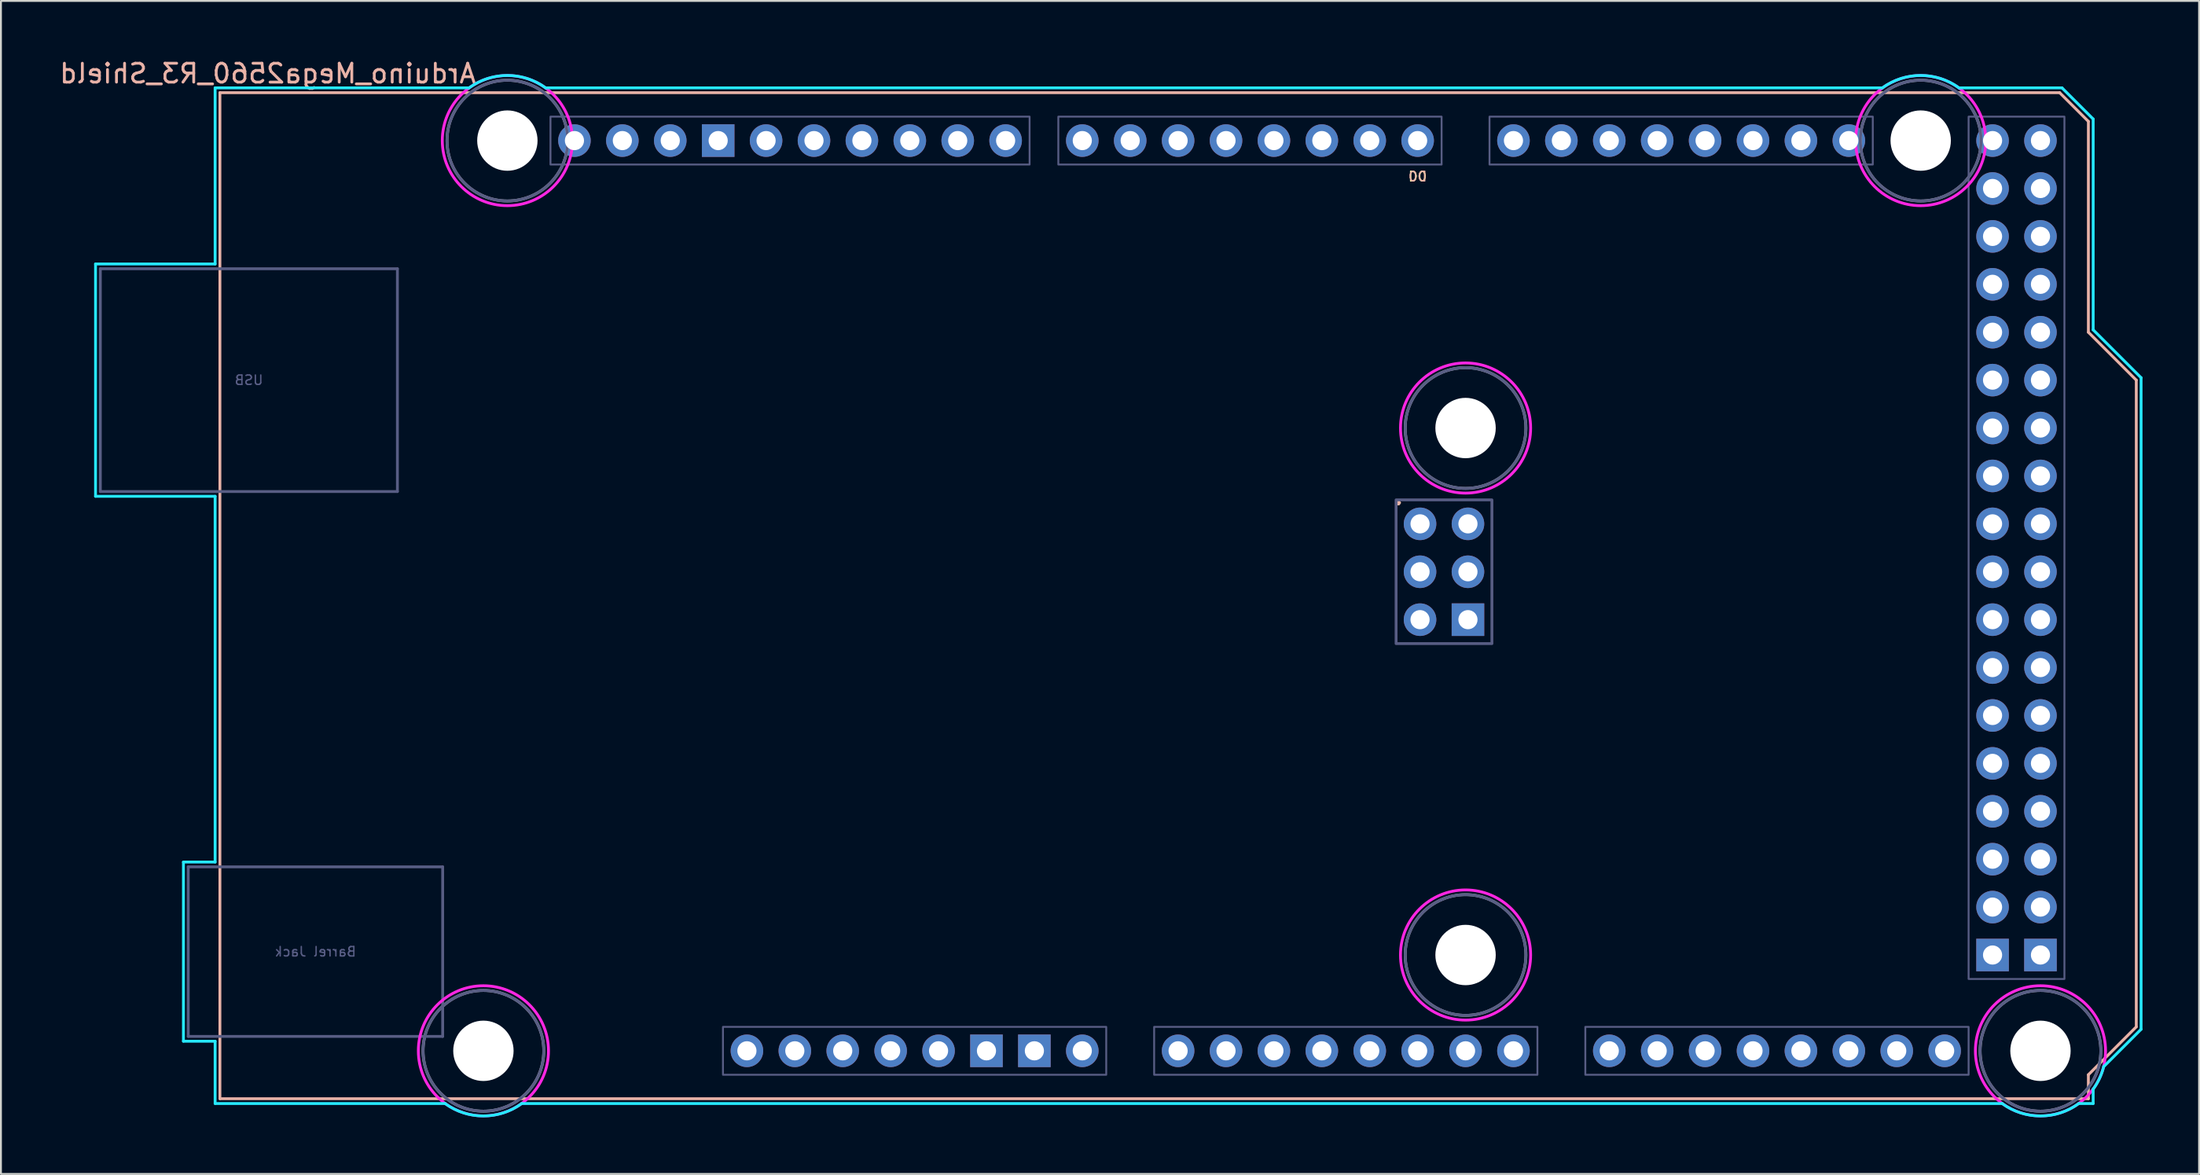
<source format=kicad_pcb>
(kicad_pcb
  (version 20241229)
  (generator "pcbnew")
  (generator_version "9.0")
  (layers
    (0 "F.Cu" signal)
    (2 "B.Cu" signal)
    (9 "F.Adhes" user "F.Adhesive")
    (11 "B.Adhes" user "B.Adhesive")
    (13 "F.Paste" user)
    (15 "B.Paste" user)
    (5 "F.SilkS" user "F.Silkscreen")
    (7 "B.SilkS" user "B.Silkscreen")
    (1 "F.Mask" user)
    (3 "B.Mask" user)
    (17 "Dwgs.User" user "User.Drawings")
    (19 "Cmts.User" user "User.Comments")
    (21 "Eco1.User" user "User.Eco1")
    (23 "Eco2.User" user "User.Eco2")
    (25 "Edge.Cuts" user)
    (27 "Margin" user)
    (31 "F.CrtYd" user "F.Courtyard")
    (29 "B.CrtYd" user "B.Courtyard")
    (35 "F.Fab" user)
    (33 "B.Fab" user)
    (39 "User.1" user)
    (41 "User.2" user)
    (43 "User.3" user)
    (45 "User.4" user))
  (footprint "Arduino_Mega2560_R3_Shield"
    (layer "F.Cu")
    (at 8.609 55.204)
    (property "Reference" "Arduino_Mega2560_R3_Shield" (at 2.54 -54.356 0) (layer "B.SilkS") (effects (font (size 1 1) (thickness 0.15)) (justify mirror)))
    (attr through_hole)
    (fp_line (start 0 -53.34) (end 0 0) (stroke (width 0.15) (type solid)) (layer "B.SilkS"))
    (fp_line (start 0 -53.34) (end 97.536 -53.34) (stroke (width 0.15) (type solid)) (layer "B.SilkS"))
    (fp_line (start 0 0) (end 99.06 0) (stroke (width 0.15) (type solid)) (layer "B.SilkS"))
    (fp_line (start 97.536 -53.34) (end 99.06 -51.816) (stroke (width 0.15) (type solid)) (layer "B.SilkS"))
    (fp_line (start 99.06 -40.64) (end 99.06 -51.816) (stroke (width 0.15) (type solid)) (layer "B.SilkS"))
    (fp_line (start 99.06 -1.27) (end 101.6 -3.81) (stroke (width 0.15) (type solid)) (layer "B.SilkS"))
    (fp_line (start 99.06 0) (end 99.06 -1.27) (stroke (width 0.15) (type solid)) (layer "B.SilkS"))
    (fp_line (start 101.6 -38.1) (end 99.06 -40.64) (stroke (width 0.15) (type solid)) (layer "B.SilkS"))
    (fp_line (start 101.6 -3.81) (end 101.6 -38.1) (stroke (width 0.15) (type solid)) (layer "B.SilkS"))
    (fp_line (start -6.594 -44.258) (end -0.254 -44.258) (stroke (width 0.15) (type solid)) (layer "B.CrtYd"))
    (fp_line (start -6.594 -31.94) (end -6.594 -44.258) (stroke (width 0.15) (type solid)) (layer "B.CrtYd"))
    (fp_line (start -1.934 -12.548) (end -1.934 -3.049) (stroke (width 0.15) (type solid)) (layer "B.CrtYd"))
    (fp_line (start -1.934 -12.548) (end -0.254 -12.548) (stroke (width 0.15) (type solid)) (layer "B.CrtYd"))
    (fp_line (start -1.934 -3.049) (end -0.254 -3.049) (stroke (width 0.15) (type solid)) (layer "B.CrtYd"))
    (fp_line (start -0.254 -53.594) (end -0.254 -44.258) (stroke (width 0.15) (type solid)) (layer "B.CrtYd"))
    (fp_line (start -0.254 -31.94) (end -6.594 -31.94) (stroke (width 0.15) (type solid)) (layer "B.CrtYd"))
    (fp_line (start -0.254 -31.94) (end -0.254 -12.548) (stroke (width 0.15) (type solid)) (layer "B.CrtYd"))
    (fp_line (start -0.254 -3.049) (end -0.254 0.254) (stroke (width 0.15) (type solid)) (layer "B.CrtYd"))
    (fp_line (start 11.938 0.254) (end -0.254 0.254) (stroke (width 0.15) (type solid)) (layer "B.CrtYd"))
    (fp_line (start 13.208 -53.594) (end -0.254 -53.594) (stroke (width 0.15) (type solid)) (layer "B.CrtYd"))
    (fp_line (start 16.002 0.254) (end 94.488 0.254) (stroke (width 0.15) (type solid)) (layer "B.CrtYd"))
    (fp_line (start 17.272 -53.594) (end 88.138 -53.594) (stroke (width 0.15) (type solid)) (layer "B.CrtYd"))
    (fp_line (start 97.663 -53.594) (end 92.202 -53.594) (stroke (width 0.15) (type solid)) (layer "B.CrtYd"))
    (fp_line (start 97.663 -53.594) (end 99.314 -51.943) (stroke (width 0.15) (type solid)) (layer "B.CrtYd"))
    (fp_line (start 99.314 -40.767) (end 99.314 -51.943) (stroke (width 0.15) (type solid)) (layer "B.CrtYd"))
    (fp_line (start 99.314 0.254) (end 98.552 0.254) (stroke (width 0.15) (type solid)) (layer "B.CrtYd"))
    (fp_line (start 99.314 0.254) (end 99.314 -0.508) (stroke (width 0.15) (type solid)) (layer "B.CrtYd"))
    (fp_line (start 99.873 -1.702) (end 101.854 -3.683) (stroke (width 0.15) (type solid)) (layer "B.CrtYd"))
    (fp_line (start 101.854 -38.227) (end 99.314 -40.767) (stroke (width 0.15) (type solid)) (layer "B.CrtYd"))
    (fp_line (start 101.854 -3.683) (end 101.854 -38.227) (stroke (width 0.15) (type solid)) (layer "B.CrtYd"))
    (fp_arc (start 13.208 -53.594) (mid 15.24 -54.254237) (end 17.272 -53.594) (stroke (width 0.15) (type solid)) (layer "B.CrtYd"))
    (fp_arc (start 16.002 0.254) (mid 13.97 0.914237) (end 11.938 0.254) (stroke (width 0.15) (type solid)) (layer "B.CrtYd"))
    (fp_arc (start 88.138 -53.594) (mid 90.17 -54.254237) (end 92.202 -53.594) (stroke (width 0.15) (type solid)) (layer "B.CrtYd"))
    (fp_arc (start 98.552 0.254) (mid 96.52 0.914237) (end 94.488 0.254) (stroke (width 0.15) (type solid)) (layer "B.CrtYd"))
    (fp_arc (start 99.8728 -1.7018) (mid 99.650925 -1.077973) (end 99.314 -0.508) (stroke (width 0.15) (type solid)) (layer "B.CrtYd"))
    (fp_circle (center 13.97 -2.54) (end 17.42 -2.54) (stroke (width 0.15) (type solid)) (fill no) (layer "F.CrtYd"))
    (fp_circle (center 15.24 -50.8) (end 18.69 -50.8) (stroke (width 0.15) (type solid)) (fill no) (layer "F.CrtYd"))
    (fp_circle (center 66.04 -35.56) (end 69.49 -35.56) (stroke (width 0.15) (type solid)) (fill no) (layer "F.CrtYd"))
    (fp_circle (center 66.04 -7.62) (end 69.49 -7.62) (stroke (width 0.15) (type solid)) (fill no) (layer "F.CrtYd"))
    (fp_circle (center 90.17 -50.8) (end 93.62 -50.8) (stroke (width 0.15) (type solid)) (fill no) (layer "F.CrtYd"))
    (fp_circle (center 96.52 -2.54) (end 99.97 -2.54) (stroke (width 0.15) (type solid)) (fill no) (layer "F.CrtYd"))
    (fp_line (start -6.34 -44.004) (end 9.41 -44.004) (stroke (width 0.15) (type solid)) (layer "B.Fab"))
    (fp_line (start -6.34 -32.194) (end -6.34 -44.004) (stroke (width 0.15) (type solid)) (layer "B.Fab"))
    (fp_line (start -6.34 -32.194) (end 9.41 -32.194) (stroke (width 0.15) (type solid)) (layer "B.Fab"))
    (fp_line (start -1.68 -12.294) (end -1.68 -3.303) (stroke (width 0.15) (type solid)) (layer "B.Fab"))
    (fp_line (start -1.68 -12.294) (end 11.81 -12.294) (stroke (width 0.15) (type solid)) (layer "B.Fab"))
    (fp_line (start -1.68 -3.303) (end 11.81 -3.303) (stroke (width 0.15) (type solid)) (layer "B.Fab"))
    (fp_line (start 9.41 -32.194) (end 9.41 -44.004) (stroke (width 0.15) (type solid)) (layer "B.Fab"))
    (fp_line (start 11.81 -12.294) (end 11.81 -3.303) (stroke (width 0.15) (type solid)) (layer "B.Fab"))
    (fp_rect (start 17.526 -52.07) (end 42.926 -49.53) (stroke (width 0.1) (type solid)) (fill no) (layer "B.Fab"))
    (fp_rect (start 26.67 -3.81) (end 46.99 -1.27) (stroke (width 0.1) (type solid)) (fill no) (layer "B.Fab"))
    (fp_rect (start 44.45 -52.07) (end 64.77 -49.53) (stroke (width 0.1) (type solid)) (fill no) (layer "B.Fab"))
    (fp_rect (start 49.53 -3.81) (end 69.85 -1.27) (stroke (width 0.1) (type solid)) (fill no) (layer "B.Fab"))
    (fp_rect (start 62.357 -31.75) (end 67.437 -24.13) (stroke (width 0.15) (type solid)) (fill no) (layer "B.Fab"))
    (fp_rect (start 67.31 -52.07) (end 87.63 -49.53) (stroke (width 0.1) (type solid)) (fill no) (layer "B.Fab"))
    (fp_rect (start 72.39 -3.81) (end 92.71 -1.27) (stroke (width 0.1) (type solid)) (fill no) (layer "B.Fab"))
    (fp_rect (start 92.71 -52.07) (end 97.79 -6.35) (stroke (width 0.1) (type solid)) (fill no) (layer "B.Fab"))
    (fp_circle (center 13.97 -2.54) (end 17.17 -2.54) (stroke (width 0.15) (type solid)) (fill no) (layer "B.Fab"))
    (fp_circle (center 15.24 -50.8) (end 18.44 -50.8) (stroke (width 0.15) (type solid)) (fill no) (layer "B.Fab"))
    (fp_circle (center 66.04 -35.56) (end 69.24 -35.56) (stroke (width 0.15) (type solid)) (fill no) (layer "B.Fab"))
    (fp_circle (center 66.04 -7.62) (end 69.24 -7.62) (stroke (width 0.15) (type solid)) (fill no) (layer "B.Fab"))
    (fp_circle (center 90.17 -50.8) (end 93.37 -50.8) (stroke (width 0.15) (type solid)) (fill no) (layer "B.Fab"))
    (fp_circle (center 96.52 -2.54) (end 99.72 -2.54) (stroke (width 0.15) (type solid)) (fill no) (layer "B.Fab"))
    (fp_circle (center 13.97 -2.54) (end 17.17 -2.54) (stroke (width 0.15) (type solid)) (fill no) (layer "F.Fab"))
    (fp_circle (center 15.24 -50.8) (end 18.44 -50.8) (stroke (width 0.15) (type solid)) (fill no) (layer "F.Fab"))
    (fp_circle (center 66.04 -35.56) (end 69.24 -35.56) (stroke (width 0.15) (type solid)) (fill no) (layer "F.Fab"))
    (fp_circle (center 66.04 -7.62) (end 69.24 -7.62) (stroke (width 0.15) (type solid)) (fill no) (layer "F.Fab"))
    (fp_circle (center 90.17 -50.8) (end 93.37 -50.8) (stroke (width 0.15) (type solid)) (fill no) (layer "F.Fab"))
    (fp_circle (center 96.52 -2.54) (end 99.72 -2.54) (stroke (width 0.15) (type solid)) (fill no) (layer "F.Fab"))
    (fp_text user "D0" (at 63.5 -48.895 0) (unlocked yes) (layer "F.SilkS") (effects (font (size 0.5 0.5) (thickness 0.075))))
    (fp_text user "." (at 62.484 -32.004 0) (layer "F.SilkS") (effects (font (size 1 1) (thickness 0.15))))
    (fp_text user "D0" (at 63.5 -48.895 0) (unlocked yes) (layer "B.SilkS") (effects (font (size 0.5 0.5) (thickness 0.075)) (justify mirror)))
    (fp_text user "." (at 62.484 -32.004 0) (layer "B.SilkS") (effects (font (size 1 1) (thickness 0.15))))
    (fp_text user "USB" (at 1.535 -38.099 0) (layer "B.Fab") (effects (font (size 0.5 0.5) (thickness 0.075)) (justify mirror)))
    (fp_text user "Barrel Jack" (at 5.065 -7.798 0) (layer "B.Fab") (effects (font (size 0.5 0.5) (thickness 0.075)) (justify mirror)))
    (pad "" np_thru_hole circle (at 13.97 -2.54) (size 3.2 3.2) (drill 3.2) (layers "*.Cu" "*.Mask"))
    (pad "" np_thru_hole circle (at 15.24 -50.8) (size 3.2 3.2) (drill 3.2) (layers "*.Cu" "*.Mask"))
    (pad "" thru_hole oval (at 27.94 -2.54) (size 1.727 1.727) (drill 1.016) (layers "*.Cu" "*.Mask"))
    (pad "" np_thru_hole circle (at 66.04 -35.56) (size 3.2 3.2) (drill 3.2) (layers "*.Cu" "*.Mask"))
    (pad "" np_thru_hole circle (at 66.04 -7.62) (size 3.2 3.2) (drill 3.2) (layers "*.Cu" "*.Mask"))
    (pad "" np_thru_hole circle (at 90.17 -50.8) (size 3.2 3.2) (drill 3.2) (layers "*.Cu" "*.Mask"))
    (pad "" np_thru_hole circle (at 96.52 -2.54) (size 3.2 3.2) (drill 3.2) (layers "*.Cu" "*.Mask"))
    (pad "3V3" thru_hole oval (at 35.56 -2.54) (size 1.727 1.727) (drill 1.016) (layers "*.Cu" "*.Mask"))
    (pad "5V1" thru_hole oval (at 38.1 -2.54) (size 1.727 1.727) (drill 1.016) (layers "*.Cu" "*.Mask"))
    (pad "5V2" thru_hole oval (at 66.167 -30.48) (size 1.727 1.727) (drill 1.016) (layers "*.Cu" "*.Mask"))
    (pad "5V3" thru_hole oval (at 93.98 -50.8) (size 1.727 1.727) (drill 1.016) (layers "*.Cu" "*.Mask"))
    (pad "5V4" thru_hole oval (at 96.52 -50.8) (size 1.727 1.727) (drill 1.016) (layers "*.Cu" "*.Mask"))
    (pad "A0" thru_hole oval (at 50.8 -2.54) (size 1.727 1.727) (drill 1.016) (layers "*.Cu" "*.Mask"))
    (pad "A1" thru_hole oval (at 53.34 -2.54) (size 1.727 1.727) (drill 1.016) (layers "*.Cu" "*.Mask"))
    (pad "A2" thru_hole oval (at 55.88 -2.54) (size 1.727 1.727) (drill 1.016) (layers "*.Cu" "*.Mask"))
    (pad "A3" thru_hole oval (at 58.42 -2.54) (size 1.727 1.727) (drill 1.016) (layers "*.Cu" "*.Mask"))
    (pad "A4" thru_hole oval (at 60.96 -2.54) (size 1.727 1.727) (drill 1.016) (layers "*.Cu" "*.Mask"))
    (pad "A5" thru_hole oval (at 63.5 -2.54) (size 1.727 1.727) (drill 1.016) (layers "*.Cu" "*.Mask"))
    (pad "A6" thru_hole oval (at 66.04 -2.54) (size 1.727 1.727) (drill 1.016) (layers "*.Cu" "*.Mask"))
    (pad "A7" thru_hole oval (at 68.58 -2.54) (size 1.727 1.727) (drill 1.016) (layers "*.Cu" "*.Mask"))
    (pad "A8" thru_hole oval (at 73.66 -2.54) (size 1.727 1.727) (drill 1.016) (layers "*.Cu" "*.Mask"))
    (pad "A9" thru_hole oval (at 76.2 -2.54) (size 1.727 1.727) (drill 1.016) (layers "*.Cu" "*.Mask"))
    (pad "A10" thru_hole oval (at 78.74 -2.54) (size 1.727 1.727) (drill 1.016) (layers "*.Cu" "*.Mask"))
    (pad "A11" thru_hole oval (at 81.28 -2.54) (size 1.727 1.727) (drill 1.016) (layers "*.Cu" "*.Mask"))
    (pad "A12" thru_hole oval (at 83.82 -2.54) (size 1.727 1.727) (drill 1.016) (layers "*.Cu" "*.Mask"))
    (pad "A13" thru_hole oval (at 86.36 -2.54) (size 1.727 1.727) (drill 1.016) (layers "*.Cu" "*.Mask"))
    (pad "A14" thru_hole oval (at 88.9 -2.54) (size 1.727 1.727) (drill 1.016) (layers "*.Cu" "*.Mask"))
    (pad "A15" thru_hole oval (at 91.44 -2.54) (size 1.727 1.727) (drill 1.016) (layers "*.Cu" "*.Mask"))
    (pad "AREF" thru_hole oval (at 23.876 -50.8) (size 1.727 1.727) (drill 1.016) (layers "*.Cu" "*.Mask"))
    (pad "D0" thru_hole oval (at 63.5 -50.8) (size 1.727 1.727) (drill 1.016) (layers "*.Cu" "*.Mask"))
    (pad "D1" thru_hole oval (at 60.96 -50.8) (size 1.727 1.727) (drill 1.016) (layers "*.Cu" "*.Mask"))
    (pad "D2" thru_hole oval (at 58.42 -50.8) (size 1.727 1.727) (drill 1.016) (layers "*.Cu" "*.Mask"))
    (pad "D3" thru_hole oval (at 55.88 -50.8) (size 1.727 1.727) (drill 1.016) (layers "*.Cu" "*.Mask"))
    (pad "D4" thru_hole oval (at 53.34 -50.8) (size 1.727 1.727) (drill 1.016) (layers "*.Cu" "*.Mask"))
    (pad "D5" thru_hole oval (at 50.8 -50.8) (size 1.727 1.727) (drill 1.016) (layers "*.Cu" "*.Mask"))
    (pad "D6" thru_hole oval (at 48.26 -50.8) (size 1.727 1.727) (drill 1.016) (layers "*.Cu" "*.Mask"))
    (pad "D7" thru_hole oval (at 45.72 -50.8) (size 1.727 1.727) (drill 1.016) (layers "*.Cu" "*.Mask"))
    (pad "D8" thru_hole oval (at 41.656 -50.8) (size 1.727 1.727) (drill 1.016) (layers "*.Cu" "*.Mask"))
    (pad "D9" thru_hole oval (at 39.116 -50.8) (size 1.727 1.727) (drill 1.016) (layers "*.Cu" "*.Mask"))
    (pad "D10" thru_hole oval (at 36.576 -50.8) (size 1.727 1.727) (drill 1.016) (layers "*.Cu" "*.Mask"))
    (pad "D11" thru_hole oval (at 34.036 -50.8) (size 1.727 1.727) (drill 1.016) (layers "*.Cu" "*.Mask"))
    (pad "D12" thru_hole oval (at 31.496 -50.8) (size 1.727 1.727) (drill 1.016) (layers "*.Cu" "*.Mask"))
    (pad "D13" thru_hole oval (at 28.956 -50.8) (size 1.727 1.727) (drill 1.016) (layers "*.Cu" "*.Mask"))
    (pad "D14" thru_hole oval (at 68.58 -50.8) (size 1.727 1.727) (drill 1.016) (layers "*.Cu" "*.Mask"))
    (pad "D15" thru_hole oval (at 71.12 -50.8) (size 1.727 1.727) (drill 1.016) (layers "*.Cu" "*.Mask"))
    (pad "D16" thru_hole oval (at 73.66 -50.8) (size 1.727 1.727) (drill 1.016) (layers "*.Cu" "*.Mask"))
    (pad "D17" thru_hole oval (at 76.2 -50.8) (size 1.727 1.727) (drill 1.016) (layers "*.Cu" "*.Mask"))
    (pad "D18" thru_hole oval (at 78.74 -50.8) (size 1.727 1.727) (drill 1.016) (layers "*.Cu" "*.Mask"))
    (pad "D19" thru_hole oval (at 81.28 -50.8) (size 1.727 1.727) (drill 1.016) (layers "*.Cu" "*.Mask"))
    (pad "D20" thru_hole oval (at 83.82 -50.8) (size 1.727 1.727) (drill 1.016) (layers "*.Cu" "*.Mask"))
    (pad "D21" thru_hole oval (at 86.36 -50.8) (size 1.727 1.727) (drill 1.016) (layers "*.Cu" "*.Mask"))
    (pad "D22" thru_hole oval (at 93.98 -48.26) (size 1.727 1.727) (drill 1.016) (layers "*.Cu" "*.Mask"))
    (pad "D23" thru_hole oval (at 96.52 -48.26) (size 1.727 1.727) (drill 1.016) (layers "*.Cu" "*.Mask"))
    (pad "D24" thru_hole oval (at 93.98 -45.72) (size 1.727 1.727) (drill 1.016) (layers "*.Cu" "*.Mask"))
    (pad "D25" thru_hole oval (at 96.52 -45.72) (size 1.727 1.727) (drill 1.016) (layers "*.Cu" "*.Mask"))
    (pad "D26" thru_hole oval (at 93.98 -43.18) (size 1.727 1.727) (drill 1.016) (layers "*.Cu" "*.Mask"))
    (pad "D27" thru_hole oval (at 96.52 -43.18) (size 1.727 1.727) (drill 1.016) (layers "*.Cu" "*.Mask"))
    (pad "D28" thru_hole oval (at 93.98 -40.64) (size 1.727 1.727) (drill 1.016) (layers "*.Cu" "*.Mask"))
    (pad "D29" thru_hole oval (at 96.52 -40.64) (size 1.727 1.727) (drill 1.016) (layers "*.Cu" "*.Mask"))
    (pad "D30" thru_hole oval (at 93.98 -38.1) (size 1.727 1.727) (drill 1.016) (layers "*.Cu" "*.Mask"))
    (pad "D31" thru_hole oval (at 96.52 -38.1) (size 1.727 1.727) (drill 1.016) (layers "*.Cu" "*.Mask"))
    (pad "D32" thru_hole oval (at 93.98 -35.56) (size 1.727 1.727) (drill 1.016) (layers "*.Cu" "*.Mask"))
    (pad "D33" thru_hole oval (at 96.52 -35.56) (size 1.727 1.727) (drill 1.016) (layers "*.Cu" "*.Mask"))
    (pad "D34" thru_hole oval (at 93.98 -33.02) (size 1.727 1.727) (drill 1.016) (layers "*.Cu" "*.Mask"))
    (pad "D35" thru_hole oval (at 96.52 -33.02) (size 1.727 1.727) (drill 1.016) (layers "*.Cu" "*.Mask"))
    (pad "D36" thru_hole oval (at 93.98 -30.48) (size 1.727 1.727) (drill 1.016) (layers "*.Cu" "*.Mask"))
    (pad "D37" thru_hole oval (at 96.52 -30.48) (size 1.727 1.727) (drill 1.016) (layers "*.Cu" "*.Mask"))
    (pad "D38" thru_hole oval (at 93.98 -27.94) (size 1.727 1.727) (drill 1.016) (layers "*.Cu" "*.Mask"))
    (pad "D39" thru_hole oval (at 96.52 -27.94) (size 1.727 1.727) (drill 1.016) (layers "*.Cu" "*.Mask"))
    (pad "D40" thru_hole oval (at 93.98 -25.4) (size 1.727 1.727) (drill 1.016) (layers "*.Cu" "*.Mask"))
    (pad "D41" thru_hole oval (at 96.52 -25.4) (size 1.727 1.727) (drill 1.016) (layers "*.Cu" "*.Mask"))
    (pad "D42" thru_hole oval (at 93.98 -22.86) (size 1.727 1.727) (drill 1.016) (layers "*.Cu" "*.Mask"))
    (pad "D43" thru_hole oval (at 96.52 -22.86) (size 1.727 1.727) (drill 1.016) (layers "*.Cu" "*.Mask"))
    (pad "D44" thru_hole oval (at 93.98 -20.32) (size 1.727 1.727) (drill 1.016) (layers "*.Cu" "*.Mask"))
    (pad "D45" thru_hole oval (at 96.52 -20.32) (size 1.727 1.727) (drill 1.016) (layers "*.Cu" "*.Mask"))
    (pad "D46" thru_hole oval (at 93.98 -17.78) (size 1.727 1.727) (drill 1.016) (layers "*.Cu" "*.Mask"))
    (pad "D47" thru_hole oval (at 96.52 -17.78) (size 1.727 1.727) (drill 1.016) (layers "*.Cu" "*.Mask"))
    (pad "D48" thru_hole oval (at 93.98 -15.24) (size 1.727 1.727) (drill 1.016) (layers "*.Cu" "*.Mask"))
    (pad "D49" thru_hole oval (at 96.52 -15.24) (size 1.727 1.727) (drill 1.016) (layers "*.Cu" "*.Mask"))
    (pad "D50" thru_hole oval (at 93.98 -12.7) (size 1.727 1.727) (drill 1.016) (layers "*.Cu" "*.Mask"))
    (pad "D51" thru_hole oval (at 96.52 -12.7) (size 1.727 1.727) (drill 1.016) (layers "*.Cu" "*.Mask"))
    (pad "D52" thru_hole oval (at 93.98 -10.16) (size 1.727 1.727) (drill 1.016) (layers "*.Cu" "*.Mask"))
    (pad "D53" thru_hole oval (at 96.52 -10.16) (size 1.727 1.727) (drill 1.016) (layers "*.Cu" "*.Mask"))
    (pad "GND1" thru_hole rect (at 26.416 -50.8) (size 1.727 1.727) (drill 1.016) (layers "*.Cu" "*.Mask"))
    (pad "GND2" thru_hole rect (at 40.64 -2.54) (size 1.727 1.727) (drill 1.016) (layers "*.Cu" "*.Mask"))
    (pad "GND3" thru_hole rect (at 43.18 -2.54) (size 1.727 1.727) (drill 1.016) (layers "*.Cu" "*.Mask"))
    (pad "GND4" thru_hole rect (at 66.167 -25.4) (size 1.727 1.727) (drill 1.016) (layers "*.Cu" "*.Mask"))
    (pad "GND5" thru_hole rect (at 93.98 -7.62) (size 1.727 1.727) (drill 1.016) (layers "*.Cu" "*.Mask"))
    (pad "GND6" thru_hole rect (at 96.52 -7.62) (size 1.727 1.727) (drill 1.016) (layers "*.Cu" "*.Mask"))
    (pad "IORF" thru_hole oval (at 30.48 -2.54) (size 1.727 1.727) (drill 1.016) (layers "*.Cu" "*.Mask"))
    (pad "MISO" thru_hole oval (at 63.627 -30.48) (size 1.727 1.727) (drill 1.016) (layers "*.Cu" "*.Mask"))
    (pad "MOSI" thru_hole oval (at 66.167 -27.94) (size 1.727 1.727) (drill 1.016) (layers "*.Cu" "*.Mask"))
    (pad "RST1" thru_hole oval (at 33.02 -2.54) (size 1.727 1.727) (drill 1.016) (layers "*.Cu" "*.Mask"))
    (pad "RST2" thru_hole oval (at 63.627 -25.4) (size 1.727 1.727) (drill 1.016) (layers "*.Cu" "*.Mask"))
    (pad "SCK" thru_hole oval (at 63.627 -27.94) (size 1.727 1.727) (drill 1.016) (layers "*.Cu" "*.Mask"))
    (pad "SCL" thru_hole oval (at 18.796 -50.8) (size 1.727 1.727) (drill 1.016) (layers "*.Cu" "*.Mask"))
    (pad "SDA" thru_hole oval (at 21.336 -50.8) (size 1.727 1.727) (drill 1.016) (layers "*.Cu" "*.Mask"))
    (pad "VIN" thru_hole oval (at 45.72 -2.54) (size 1.727 1.727) (drill 1.016) (layers "*.Cu" "*.Mask")))
  (gr_rect
    (start -3 -3)
    (end 113.538 59.193)
    (stroke (width 0.1) (type default))
    (fill no)
    (layer "Edge.Cuts")))
</source>
